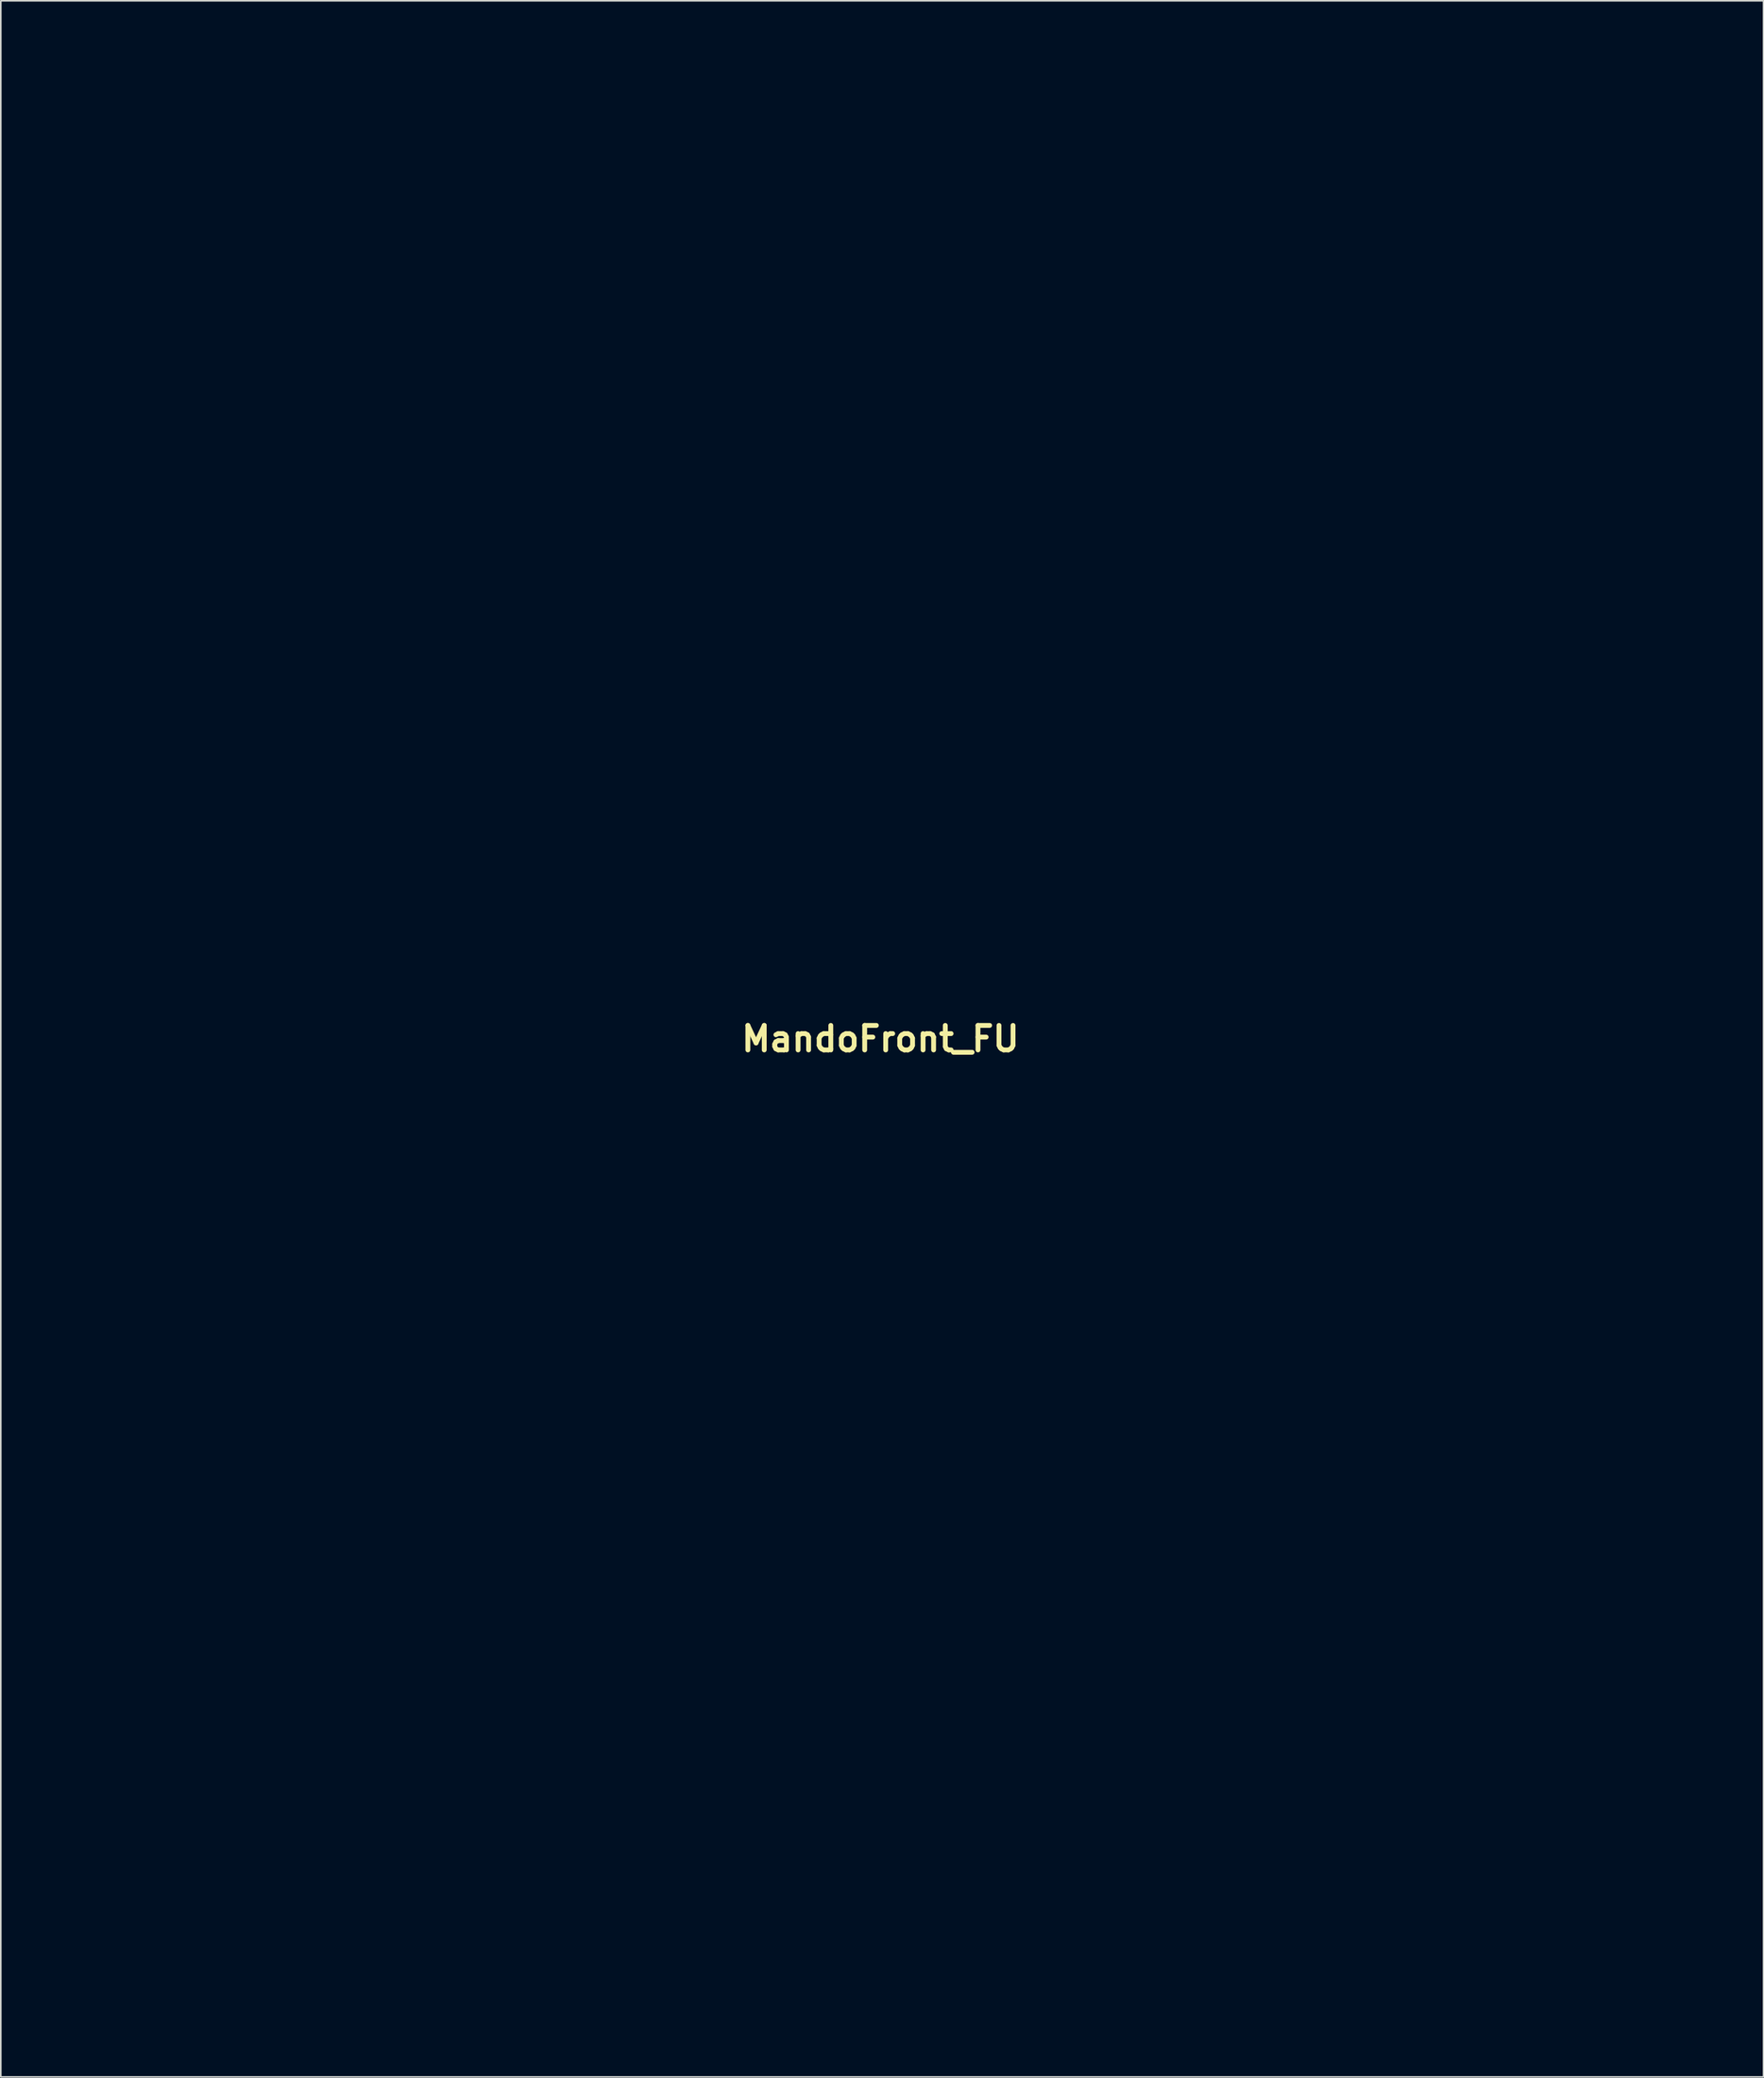
<source format=kicad_pcb>
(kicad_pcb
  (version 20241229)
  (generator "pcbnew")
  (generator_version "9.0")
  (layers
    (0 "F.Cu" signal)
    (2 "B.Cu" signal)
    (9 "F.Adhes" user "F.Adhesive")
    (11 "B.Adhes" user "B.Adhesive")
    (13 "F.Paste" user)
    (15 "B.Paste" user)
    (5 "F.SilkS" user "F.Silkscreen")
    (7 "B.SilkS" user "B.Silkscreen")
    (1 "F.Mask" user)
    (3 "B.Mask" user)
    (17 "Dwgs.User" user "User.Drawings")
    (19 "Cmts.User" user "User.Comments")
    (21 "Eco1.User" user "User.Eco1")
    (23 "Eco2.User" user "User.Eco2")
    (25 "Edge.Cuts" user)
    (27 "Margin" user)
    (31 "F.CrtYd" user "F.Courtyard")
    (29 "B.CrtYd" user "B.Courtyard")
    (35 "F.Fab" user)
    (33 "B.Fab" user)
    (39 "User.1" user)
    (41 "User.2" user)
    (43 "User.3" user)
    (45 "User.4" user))
  (footprint "MandoFront_FU"
    (layer "F.Cu")
    (at 51.654 61.472)
    (property "Reference" "MandoFront_FU" (at 0 0 0) (layer "F.SilkS") (effects (font (size 1.524 1.524) (thickness 0.3))))
    (attr board_only exclude_from_pos_files exclude_from_bom)
    (fp_poly (pts (xy -41.408 9.605) (xy -45.464 9.605) (xy -45.464 0.427) (xy -41.408 0.427)) (stroke (width 0) (type solid)) (fill yes) (layer "F.Mask"))
    (fp_poly (pts (xy 3.842 -19.85) (xy -1.708 -19.85) (xy -1.708 -59.551) (xy 3.842 -59.551)) (stroke (width 0) (type solid)) (fill yes) (layer "F.Mask"))
    (fp_poly (pts (xy 47.598 9.605) (xy 43.571 9.605) (xy 43.504 9.018) (xy 43.485 8.622) (xy 43.476 7.879) (xy 43.475 6.868) (xy 43.483 5.669) (xy 43.498 4.429) (xy 43.561 0.427) (xy 47.598 0.427)) (stroke (width 0) (type solid)) (fill yes) (layer "F.Mask"))
    (fp_poly (pts (xy -43.47 10.459) (xy -43.908 10.968) (xy -44.358 11.055) (xy -44.802 10.718) (xy -44.906 10.573) (xy -45.153 10.161) (xy -45.25 9.933) (xy -45.058 9.868) (xy -44.566 9.826) (xy -44.171 9.818) (xy -43.092 9.818)) (stroke (width 0) (type solid)) (fill yes) (layer "F.Mask"))
    (fp_poly (pts (xy -41.408 -0.854) (xy -44.793 -0.854) (xy -45.047 -2.076) (xy -45.202 -2.787) (xy -45.339 -3.345) (xy -45.405 -3.57) (xy -45.355 -3.701) (xy -45.047 -3.785) (xy -44.425 -3.829) (xy -43.459 -3.842) (xy -41.408 -3.842)) (stroke (width 0) (type solid)) (fill yes) (layer "F.Mask"))
    (fp_poly (pts (xy 46.578 -3.829) (xy 47.192 -3.784) (xy 47.494 -3.699) (xy 47.54 -3.57) (xy 47.441 -3.222) (xy 47.296 -2.608) (xy 47.181 -2.076) (xy 46.928 -0.854) (xy 43.543 -0.854) (xy 43.543 -3.842) (xy 45.593 -3.842)) (stroke (width 0) (type solid)) (fill yes) (layer "F.Mask"))
    (fp_poly (pts (xy -41.247 24.173) (xy -41.302 38.527) (xy -41.843 38.59) (xy -42.31 38.584) (xy -42.537 38.501) (xy -42.563 38.267) (xy -42.587 37.642) (xy -42.61 36.66) (xy -42.631 35.358) (xy -42.649 33.771) (xy -42.664 31.935) (xy -42.676 29.884) (xy -42.684 27.654) (xy -42.689 25.282) (xy -42.689 24.084) (xy -42.689 9.818) (xy -41.192 9.818)) (stroke (width 0) (type solid)) (fill yes) (layer "F.Mask"))
    (fp_poly (pts (xy 5.976 -58.817) (xy 7.791 -58.117) (xy 7.9 -18.498) (xy 6.376 -16.506) (xy 4.852 -14.514) (xy -2.736 -14.514) (xy -4.25 -16.503) (xy -5.765 -18.492) (xy -5.711 -38.322) (xy -5.656 -58.152) (xy -3.842 -58.829) (xy -2.028 -59.505) (xy -1.973 -39.571) (xy -1.919 -19.637) (xy 4.053 -19.637) (xy 4.108 -39.576) (xy 4.162 -59.516)) (stroke (width 0) (type solid)) (fill yes) (layer "F.Mask"))
    (fp_poly (pts (xy 44.772 24.173) (xy 44.717 38.527) (xy 44.175 38.59) (xy 43.709 38.584) (xy 43.482 38.501) (xy 43.456 38.267) (xy 43.431 37.642) (xy 43.408 36.66) (xy 43.388 35.358) (xy 43.37 33.771) (xy 43.355 31.935) (xy 43.343 29.884) (xy 43.334 27.654) (xy 43.33 25.282) (xy 43.329 24.084) (xy 43.329 9.818) (xy 44.827 9.818)) (stroke (width 0) (type solid)) (fill yes) (layer "F.Mask"))
    (fp_poly (pts (xy -42.182 -0.63) (xy -41.705 -0.583) (xy -41.478 -0.477) (xy -41.411 -0.286) (xy -41.408 -0.213) (xy -41.446 0.006) (xy -41.62 0.134) (xy -42.018 0.195) (xy -42.728 0.213) (xy -42.997 0.213) (xy -43.781 0.187) (xy -44.389 0.116) (xy -44.703 0.016) (xy -44.717 0) (xy -44.779 -0.304) (xy -44.501 -0.505) (xy -43.856 -0.613) (xy -42.997 -0.64)) (stroke (width 0) (type solid)) (fill yes) (layer "F.Mask"))
    (fp_poly (pts (xy 44.713 -0.613) (xy 45.197 -0.596) (xy 46.065 -0.545) (xy 46.58 -0.463) (xy 46.814 -0.332) (xy 46.851 -0.213) (xy 46.759 -0.042) (xy 46.435 0.07) (xy 45.804 0.139) (xy 45.197 0.169) (xy 44.365 0.193) (xy 43.871 0.172) (xy 43.629 0.087) (xy 43.549 -0.084) (xy 43.543 -0.213) (xy 43.572 -0.436) (xy 43.719 -0.563) (xy 44.07 -0.615)) (stroke (width 0) (type solid)) (fill yes) (layer "F.Mask"))
    (fp_poly (pts (xy -5.87 -18.14) (xy -5.184 -17.341) (xy -4.784 -16.847) (xy -4.533 -16.483) (xy -4.49 -16.382) (xy -4.697 -16.358) (xy -5.301 -16.335) (xy -6.27 -16.314) (xy -7.574 -16.294) (xy -9.183 -16.276) (xy -11.066 -16.26) (xy -13.192 -16.247) (xy -15.53 -16.236) (xy -18.051 -16.228) (xy -20.723 -16.223) (xy -23.08 -16.222) (xy -41.678 -16.222) (xy -41.551 -17.004) (xy -41.421 -17.568) (xy -41.265 -17.939) (xy -41.241 -17.969) (xy -41.004 -17.997) (xy -40.372 -18.024) (xy -39.377 -18.049) (xy -38.051 -18.071) (xy -36.426 -18.092) (xy -34.533 -18.109) (xy -32.405 -18.124) (xy -30.074 -18.135) (xy -27.571 -18.142) (xy -24.928 -18.146) (xy -23.463 -18.146)) (stroke (width 0) (type solid)) (fill yes) (layer "F.Mask"))
    (fp_poly (pts (xy 28.302 -18.149) (xy 30.884 -18.143) (xy 33.312 -18.133) (xy 35.553 -18.12) (xy 37.576 -18.103) (xy 39.349 -18.084) (xy 40.839 -18.062) (xy 42.016 -18.038) (xy 42.846 -18.012) (xy 43.299 -17.984) (xy 43.375 -17.969) (xy 43.528 -17.651) (xy 43.667 -17.106) (xy 43.685 -17.004) (xy 43.812 -16.222) (xy 25.214 -16.222) (xy 22.438 -16.224) (xy 19.787 -16.229) (xy 17.291 -16.237) (xy 14.983 -16.248) (xy 12.892 -16.262) (xy 11.049 -16.279) (xy 9.485 -16.297) (xy 8.23 -16.317) (xy 7.314 -16.339) (xy 6.769 -16.362) (xy 6.62 -16.382) (xy 6.75 -16.624) (xy 7.078 -17.062) (xy 7.314 -17.345) (xy 8.004 -18.149) (xy 25.598 -18.151)) (stroke (width 0) (type solid)) (fill yes) (layer "F.Mask"))
    (fp_poly (pts (xy 8.698 -57.412) (xy 9.175 -57.364) (xy 9.928 -57.24) (xy 10.818 -57.064) (xy 11.099 -57.002) (xy 13.737 -56.273) (xy 16.557 -55.236) (xy 19.486 -53.927) (xy 22.453 -52.383) (xy 25.385 -50.639) (xy 28.211 -48.732) (xy 29.418 -47.838) (xy 32.001 -45.6) (xy 34.326 -43.033) (xy 36.385 -40.15) (xy 38.173 -36.967) (xy 39.68 -33.498) (xy 40.901 -29.759) (xy 41.828 -25.764) (xy 42.454 -21.529) (xy 42.578 -20.259) (xy 42.719 -18.639) (xy 35.82 -18.498) (xy 34.102 -18.468) (xy 32.043 -18.44) (xy 29.73 -18.415) (xy 27.249 -18.393) (xy 24.688 -18.376) (xy 22.131 -18.364) (xy 19.667 -18.358) (xy 18.516 -18.357) (xy 8.111 -18.356) (xy 8.111 -57.417)) (stroke (width 0) (type solid)) (fill yes) (layer "F.Mask"))
    (fp_poly (pts (xy 44.77 -18.952) (xy 46.638 -18.89) (xy 47.065 -18.036) (xy 47.187 -17.765) (xy 47.285 -17.459) (xy 47.361 -17.069) (xy 47.419 -16.542) (xy 47.463 -15.829) (xy 47.497 -14.877) (xy 47.523 -13.636) (xy 47.544 -12.054) (xy 47.559 -10.726) (xy 47.626 -4.269) (xy 43.329 -4.269) (xy 43.329 -10.021) (xy 43.332 -11.754) (xy 43.341 -13.109) (xy 43.359 -14.133) (xy 43.389 -14.874) (xy 43.435 -15.381) (xy 43.498 -15.701) (xy 43.582 -15.883) (xy 43.681 -15.971) (xy 43.903 -16.312) (xy 43.945 -16.882) (xy 43.831 -17.532) (xy 43.58 -18.111) (xy 43.343 -18.388) (xy 43.015 -18.699) (xy 42.903 -18.879) (xy 43.1 -18.932) (xy 43.627 -18.961) (xy 44.387 -18.961)) (stroke (width 0) (type solid)) (fill yes) (layer "F.Mask"))
    (fp_poly (pts (xy -5.976 -18.356) (xy -18.516 -18.405) (xy -20.972 -18.416) (xy -23.442 -18.428) (xy -25.868 -18.441) (xy -28.191 -18.454) (xy -30.354 -18.469) (xy -32.296 -18.483) (xy -33.96 -18.497) (xy -35.285 -18.51) (xy -35.823 -18.516) (xy -40.59 -18.578) (xy -40.449 -20.228) (xy -39.908 -24.58) (xy -39.053 -28.706) (xy -37.891 -32.586) (xy -36.428 -36.199) (xy -34.672 -39.524) (xy -33.786 -40.923) (xy -31.898 -43.396) (xy -29.607 -45.784) (xy -26.929 -48.075) (xy -23.882 -50.254) (xy -20.484 -52.307) (xy -17.929 -53.649) (xy -16.101 -54.507) (xy -14.22 -55.297) (xy -12.358 -55.996) (xy -10.585 -56.58) (xy -8.972 -57.028) (xy -7.589 -57.314) (xy -6.508 -57.417) (xy -6.496 -57.417) (xy -5.976 -57.417)) (stroke (width 0) (type solid)) (fill yes) (layer "F.Mask"))
    (fp_poly (pts (xy -41.017 -18.91) (xy -40.77 -18.805) (xy -40.768 -18.792) (xy -40.922 -18.578) (xy -40.976 -18.57) (xy -41.237 -18.384) (xy -41.511 -17.922) (xy -41.732 -17.327) (xy -41.834 -16.742) (xy -41.835 -16.682) (xy -41.734 -16.174) (xy -41.515 -15.931) (xy -41.418 -15.843) (xy -41.342 -15.629) (xy -41.286 -15.245) (xy -41.245 -14.645) (xy -41.218 -13.782) (xy -41.203 -12.61) (xy -41.196 -11.083) (xy -41.195 -10.039) (xy -41.195 -4.269) (xy -45.492 -4.269) (xy -45.425 -10.726) (xy -45.403 -12.574) (xy -45.381 -14.047) (xy -45.353 -15.194) (xy -45.317 -16.068) (xy -45.269 -16.72) (xy -45.205 -17.2) (xy -45.123 -17.559) (xy -45.018 -17.848) (xy -44.93 -18.036) (xy -44.503 -18.89) (xy -42.636 -18.952) (xy -41.65 -18.96)) (stroke (width 0) (type solid)) (fill yes) (layer "F.Mask"))
    (fp_poly (pts (xy -40.801 0.012) (xy -40.545 0.57) (xy -40.152 1.442) (xy -39.638 2.586) (xy -39.022 3.965) (xy -38.32 5.54) (xy -37.551 7.271) (xy -36.829 8.898) (xy -32.837 17.902) (xy -33.701 31.072) (xy -33.855 33.399) (xy -34.002 35.598) (xy -34.14 37.631) (xy -34.267 39.462) (xy -34.379 41.054) (xy -34.474 42.371) (xy -34.55 43.376) (xy -34.604 44.034) (xy -34.633 44.306) (xy -34.635 44.312) (xy -34.825 44.219) (xy -35.307 43.92) (xy -36.025 43.451) (xy -36.923 42.849) (xy -37.844 42.22) (xy -40.982 40.058) (xy -40.982 19.887) (xy -40.981 16.995) (xy -40.978 14.228) (xy -40.974 11.617) (xy -40.969 9.191) (xy -40.963 6.978) (xy -40.955 5.007) (xy -40.946 3.309) (xy -40.937 1.912) (xy -40.927 0.845) (xy -40.916 0.138) (xy -40.904 -0.18) (xy -40.901 -0.196)) (stroke (width 0) (type solid)) (fill yes) (layer "F.Mask"))
    (fp_poly (pts (xy -42.903 23.557) (xy -42.903 25.902) (xy -42.906 28.117) (xy -42.91 30.164) (xy -42.915 32.008) (xy -42.921 33.613) (xy -42.929 34.943) (xy -42.937 35.961) (xy -42.946 36.631) (xy -42.956 36.918) (xy -42.958 36.926) (xy -43.027 36.734) (xy -43.161 36.224) (xy -43.334 35.495) (xy -43.385 35.272) (xy -43.469 34.859) (xy -43.539 34.404) (xy -43.597 33.867) (xy -43.644 33.209) (xy -43.681 32.391) (xy -43.709 31.374) (xy -43.73 30.118) (xy -43.743 28.585) (xy -43.752 26.734) (xy -43.756 24.529) (xy -43.756 22.445) (xy -43.756 19.975) (xy -43.754 17.896) (xy -43.748 16.172) (xy -43.738 14.768) (xy -43.723 13.647) (xy -43.7 12.775) (xy -43.67 12.115) (xy -43.629 11.632) (xy -43.578 11.29) (xy -43.514 11.053) (xy -43.437 10.885) (xy -43.345 10.75) (xy -43.329 10.731) (xy -42.903 10.188)) (stroke (width 0) (type solid)) (fill yes) (layer "F.Mask"))
    (fp_poly (pts (xy 43.043 -0.00007) (xy 43.055 0.593) (xy 43.066 1.555) (xy 43.076 2.856) (xy 43.085 4.467) (xy 43.094 6.358) (xy 43.101 8.502) (xy 43.107 10.867) (xy 43.111 13.426) (xy 43.114 16.148) (xy 43.116 19.005) (xy 43.116 19.883) (xy 43.116 40.051) (xy 40.514 41.851) (xy 39.544 42.52) (xy 38.655 43.132) (xy 37.927 43.63) (xy 37.44 43.96) (xy 37.338 44.028) (xy 36.763 44.406) (xy 36.634 43.067) (xy 36.596 42.605) (xy 36.534 41.76) (xy 36.451 40.577) (xy 36.35 39.1) (xy 36.233 37.373) (xy 36.105 35.439) (xy 35.967 33.344) (xy 35.823 31.13) (xy 35.736 29.776) (xy 34.968 17.823) (xy 38.957 8.858) (xy 39.773 7.026) (xy 40.536 5.316) (xy 41.23 3.767) (xy 41.836 2.418) (xy 42.337 1.309) (xy 42.715 0.477) (xy 42.952 -0.037) (xy 43.031 -0.196)) (stroke (width 0) (type solid)) (fill yes) (layer "F.Mask"))
    (fp_poly (pts (xy 35.57 31.27) (xy 35.723 33.604) (xy 35.864 35.812) (xy 35.991 37.855) (xy 36.1 39.697) (xy 36.19 41.302) (xy 36.259 42.633) (xy 36.305 43.653) (xy 36.326 44.327) (xy 36.32 44.616) (xy 36.317 44.624) (xy 36.07 44.763) (xy 35.534 45.025) (xy 34.812 45.36) (xy 34.578 45.466) (xy 32.315 46.593) (xy 29.832 48.031) (xy 27.17 49.753) (xy 24.368 51.732) (xy 21.469 53.939) (xy 18.831 56.081) (xy 17.938 56.822) (xy 17.162 57.456) (xy 16.563 57.936) (xy 16.195 58.217) (xy 16.109 58.271) (xy 16.062 58.074) (xy 16.028 57.554) (xy 16.013 56.812) (xy 16.012 56.616) (xy 16.035 55.341) (xy 16.095 53.75) (xy 16.184 51.95) (xy 16.296 50.05) (xy 16.424 48.158) (xy 16.563 46.382) (xy 16.706 44.832) (xy 16.752 44.386) (xy 17.318 40.081) (xy 18.031 36.175) (xy 18.893 32.668) (xy 19.902 29.559) (xy 21.06 26.846) (xy 22.368 24.528) (xy 23.825 22.604) (xy 25.432 21.074) (xy 25.524 21.002) (xy 27.492 19.723) (xy 29.627 18.791) (xy 31.85 18.236) (xy 33.297 18.091) (xy 34.685 18.036)) (stroke (width 0) (type solid)) (fill yes) (layer "F.Mask"))
    (fp_poly (pts (xy 46.942 9.839) (xy 47.319 9.893) (xy 47.385 9.933) (xy 47.247 10.282) (xy 46.928 10.7) (xy 46.571 11.021) (xy 46.381 11.099) (xy 46.025 10.947) (xy 45.665 10.619) (xy 45.386 10.354) (xy 45.258 10.37) (xy 45.258 10.379) (xy 45.399 10.705) (xy 45.571 10.886) (xy 45.642 10.99) (xy 45.702 11.195) (xy 45.752 11.536) (xy 45.792 12.045) (xy 45.824 12.756) (xy 45.848 13.703) (xy 45.865 14.918) (xy 45.876 16.435) (xy 45.882 18.288) (xy 45.885 20.51) (xy 45.884 22.385) (xy 45.882 24.895) (xy 45.876 27.019) (xy 45.867 28.794) (xy 45.853 30.261) (xy 45.832 31.459) (xy 45.804 32.427) (xy 45.767 33.205) (xy 45.719 33.833) (xy 45.661 34.349) (xy 45.589 34.794) (xy 45.504 35.206) (xy 45.477 35.325) (xy 45.076 37.033) (xy 45.056 23.763) (xy 45.055 21.415) (xy 45.058 19.189) (xy 45.064 17.122) (xy 45.074 15.252) (xy 45.087 13.617) (xy 45.102 12.253) (xy 45.121 11.199) (xy 45.141 10.491) (xy 45.163 10.168) (xy 45.167 10.156) (xy 45.404 9.931) (xy 45.944 9.83) (xy 46.34 9.818)) (stroke (width 0) (type solid)) (fill yes) (layer "F.Mask"))
    (fp_poly (pts (xy -31.342 18) (xy -31.019 18.032) (xy -28.485 18.498) (xy -26.174 19.329) (xy -24.088 20.521) (xy -22.231 22.072) (xy -20.606 23.98) (xy -19.218 26.242) (xy -19.11 26.453) (xy -17.964 29.051) (xy -16.954 32.041) (xy -16.083 35.409) (xy -15.354 39.14) (xy -14.77 43.22) (xy -14.333 47.635) (xy -14.095 51.334) (xy -13.997 53.375) (xy -13.93 55.019) (xy -13.894 56.293) (xy -13.888 57.225) (xy -13.912 57.844) (xy -13.965 58.177) (xy -14.034 58.256) (xy -14.251 58.118) (xy -14.714 57.755) (xy -15.348 57.227) (xy -15.902 56.75) (xy -18.028 54.966) (xy -20.324 53.169) (xy -22.713 51.413) (xy -25.119 49.752) (xy -27.463 48.239) (xy -29.668 46.926) (xy -31.658 45.868) (xy -31.703 45.846) (xy -34.393 44.528) (xy -34.275 43.555) (xy -34.239 43.164) (xy -34.18 42.388) (xy -34.1 41.271) (xy -34.002 39.854) (xy -33.889 38.18) (xy -33.764 36.29) (xy -33.629 34.226) (xy -33.488 32.031) (xy -33.392 30.523) (xy -33.25 28.289) (xy -33.112 26.18) (xy -32.983 24.234) (xy -32.865 22.49) (xy -32.76 20.987) (xy -32.671 19.765) (xy -32.601 18.862) (xy -32.553 18.319) (xy -32.534 18.172) (xy -32.385 18.019) (xy -32.016 17.964)) (stroke (width 0) (type solid)) (fill yes) (layer "F.Mask"))
    (fp_poly (pts (xy 42.825 -0.789) (xy 42.761 -0.58) (xy 42.539 -0.02) (xy 42.176 0.853) (xy 41.687 1.999) (xy 41.09 3.382) (xy 40.401 4.961) (xy 39.637 6.699) (xy 38.833 8.513) (xy 34.742 17.716) (xy 33.753 17.72) (xy 32.025 17.89) (xy 30.134 18.373) (xy 28.179 19.14) (xy 27.748 19.345) (xy 25.876 20.457) (xy 24.202 21.862) (xy 22.708 23.581) (xy 21.38 25.638) (xy 20.201 28.054) (xy 19.158 30.85) (xy 18.785 32.044) (xy 18.143 34.489) (xy 17.557 37.277) (xy 17.037 40.327) (xy 16.595 43.557) (xy 16.24 46.885) (xy 15.982 50.23) (xy 15.831 53.511) (xy 15.795 55.936) (xy 15.795 58.624) (xy 14.436 58.874) (xy 13.703 59.004) (xy 13.134 59.094) (xy 12.871 59.124) (xy 12.801 58.921) (xy 12.801 58.339) (xy 12.872 57.42) (xy 12.947 56.723) (xy 13.598 51.813) (xy 14.396 46.872) (xy 15.324 41.985) (xy 16.364 37.234) (xy 17.499 32.701) (xy 18.711 28.47) (xy 19.313 26.574) (xy 20.598 22.905) (xy 21.918 19.62) (xy 23.303 16.674) (xy 24.783 14.025) (xy 26.387 11.629) (xy 28.145 9.443) (xy 30.087 7.422) (xy 32.242 5.525) (xy 34.639 3.706) (xy 35.103 3.381) (xy 35.873 2.875) (xy 36.815 2.297) (xy 37.866 1.683) (xy 38.959 1.068) (xy 40.03 0.487) (xy 41.013 -0.026) (xy 41.845 -0.434) (xy 42.459 -0.704) (xy 42.791 -0.799)) (stroke (width 0) (type solid)) (fill yes) (layer "F.Mask"))
    (fp_poly (pts (xy -40.468 -0.736) (xy -39.93 -0.514) (xy -39.156 -0.145) (xy -38.212 0.337) (xy -37.164 0.896) (xy -36.077 1.499) (xy -35.018 2.108) (xy -34.052 2.69) (xy -33.297 3.174) (xy -30.87 4.917) (xy -28.662 6.765) (xy -26.65 8.753) (xy -24.814 10.916) (xy -23.13 13.289) (xy -21.577 15.906) (xy -20.134 18.801) (xy -18.778 22.01) (xy -17.486 25.566) (xy -16.238 29.506) (xy -15.909 30.629) (xy -14.991 34.03) (xy -14.098 37.763) (xy -13.249 41.734) (xy -12.462 45.85) (xy -11.754 50.016) (xy -11.145 54.139) (xy -10.713 57.577) (xy -10.627 58.348) (xy -10.629 58.824) (xy -10.793 59.055) (xy -11.188 59.09) (xy -11.888 58.979) (xy -12.54 58.853) (xy -13.661 58.637) (xy -13.661 56.373) (xy -13.691 54.475) (xy -13.774 52.289) (xy -13.903 49.948) (xy -14.069 47.586) (xy -14.263 45.336) (xy -14.476 43.332) (xy -14.529 42.903) (xy -15.143 38.793) (xy -15.885 35.085) (xy -16.757 31.77) (xy -17.763 28.843) (xy -18.904 26.295) (xy -20.184 24.12) (xy -21.605 22.311) (xy -22.476 21.443) (xy -23.961 20.303) (xy -25.692 19.316) (xy -27.552 18.526) (xy -29.428 17.983) (xy -31.203 17.731) (xy -31.604 17.72) (xy -32.22 17.688) (xy -32.577 17.535) (xy -32.839 17.161) (xy -32.96 16.916) (xy -33.284 16.223) (xy -33.724 15.257) (xy -34.26 14.065) (xy -34.872 12.693) (xy -35.539 11.189) (xy -36.24 9.6) (xy -36.956 7.973) (xy -37.664 6.355) (xy -38.345 4.793) (xy -38.979 3.333) (xy -39.543 2.024) (xy -40.019 0.912) (xy -40.385 0.044) (xy -40.62 -0.533) (xy -40.705 -0.772) (xy -40.704 -0.775)) (stroke (width 0) (type solid)) (fill yes) (layer "F.Mask"))
    (fp_poly (pts (xy 39.487 -8.344) (xy 38.687 -8.12) (xy 38.135 -7.973) (xy 37.233 -7.743) (xy 36.047 -7.445) (xy 34.641 -7.096) (xy 33.082 -6.711) (xy 31.435 -6.307) (xy 29.764 -5.9) (xy 28.136 -5.506) (xy 26.616 -5.14) (xy 25.269 -4.82) (xy 24.76 -4.7) (xy 21.676 -3.991) (xy 18.726 -3.339) (xy 15.975 -2.759) (xy 13.49 -2.265) (xy 11.339 -1.87) (xy 11.029 -1.817) (xy 9.954 -1.628) (xy 9.035 -1.452) (xy 8.351 -1.305) (xy 7.982 -1.204) (xy 7.943 -1.184) (xy 7.921 -1.136) (xy 7.899 -1.023) (xy 7.877 -0.825) (xy 7.855 -0.522) (xy 7.831 -0.095) (xy 7.806 0.478) (xy 7.778 1.216) (xy 7.747 2.139) (xy 7.713 3.267) (xy 7.675 4.62) (xy 7.632 6.219) (xy 7.584 8.083) (xy 7.53 10.232) (xy 7.47 12.688) (xy 7.403 15.469) (xy 7.329 18.595) (xy 7.247 22.088) (xy 7.156 25.966) (xy 7.056 30.25) (xy 7.052 30.416) (xy 6.986 33.27) (xy 6.921 36.032) (xy 6.859 38.668) (xy 6.801 41.145) (xy 6.747 43.428) (xy 6.698 45.483) (xy 6.655 47.277) (xy 6.619 48.775) (xy 6.59 49.943) (xy 6.57 50.747) (xy 6.56 51.12) (xy 6.51 52.828) (xy 1.044 52.885) (xy -4.422 52.942) (xy -4.451 51.177) (xy -4.473 49.955) (xy -4.503 48.414) (xy -4.541 46.588) (xy -4.586 44.509) (xy -4.636 42.21) (xy -4.692 39.723) (xy -4.752 37.082) (xy -4.816 34.319) (xy -4.883 31.467) (xy -4.951 28.558) (xy -5.021 25.626) (xy -5.092 22.703) (xy -5.162 19.821) (xy -5.23 17.014) (xy -5.297 14.314) (xy -5.362 11.754) (xy -5.422 9.367) (xy -5.479 7.185) (xy -5.53 5.242) (xy -5.576 3.569) (xy -5.615 2.2) (xy -5.646 1.167) (xy -5.669 0.504) (xy -5.681 0.266) (xy -5.757 -0.545) (xy -5.853 -1.024) (xy -6.002 -1.267) (xy -6.239 -1.368) (xy -6.262 -1.373) (xy -6.626 -1.44) (xy -7.326 -1.564) (xy -8.277 -1.732) (xy -9.394 -1.927) (xy -10.032 -2.038) (xy -11.464 -2.303) (xy -13.245 -2.66) (xy -15.314 -3.094) (xy -17.605 -3.59) (xy -20.055 -4.135) (xy -22.602 -4.712) (xy -25.18 -5.309) (xy -27.728 -5.91) (xy -30.181 -6.5) (xy -32.476 -7.066) (xy -34.549 -7.592) (xy -36.336 -8.064) (xy -36.446 -8.094) (xy -37.353 -8.341) (xy -37.353 -11.099) (xy 39.487 -11.099)) (stroke (width 0) (type solid)) (fill yes) (layer "F.Mask"))
    (fp_poly (pts (xy 40.735 -11.075) (xy 40.895 -10.937) (xy 40.965 -10.589) (xy 40.981 -9.934) (xy 40.982 -9.719) (xy 40.982 -8.338) (xy 39.221 -7.806) (xy 36.62 -7.036) (xy 33.949 -6.273) (xy 31.241 -5.525) (xy 28.534 -4.802) (xy 25.861 -4.11) (xy 23.26 -3.459) (xy 20.765 -2.856) (xy 18.412 -2.311) (xy 16.237 -1.831) (xy 14.275 -1.425) (xy 12.563 -1.101) (xy 11.135 -0.868) (xy 10.027 -0.733) (xy 9.275 -0.706) (xy 9.039 -0.736) (xy 8.686 -0.795) (xy 8.673 -0.645) (xy 8.791 -0.443) (xy 8.831 -0.299) (xy 8.862 0.003) (xy 8.883 0.484) (xy 8.894 1.163) (xy 8.894 2.062) (xy 8.883 3.202) (xy 8.861 4.604) (xy 8.827 6.287) (xy 8.781 8.273) (xy 8.722 10.582) (xy 8.651 13.235) (xy 8.566 16.253) (xy 8.467 19.657) (xy 8.356 23.415) (xy 8.23 27.63) (xy 8.117 31.439) (xy 8.014 34.863) (xy 7.922 37.921) (xy 7.84 40.635) (xy 7.766 43.025) (xy 7.7 45.112) (xy 7.642 46.915) (xy 7.589 48.457) (xy 7.543 49.757) (xy 7.501 50.836) (xy 7.463 51.714) (xy 7.428 52.412) (xy 7.396 52.951) (xy 7.365 53.351) (xy 7.335 53.633) (xy 7.305 53.816) (xy 7.274 53.923) (xy 7.242 53.973) (xy 7.207 53.987) (xy 7.17 53.985) (xy 6.759 53.893) (xy 6.67 53.86) (xy 6.44 53.606) (xy 6.434 53.271) (xy 6.585 53.112) (xy 6.614 52.894) (xy 6.651 52.276) (xy 6.696 51.285) (xy 6.747 49.948) (xy 6.805 48.292) (xy 6.868 46.344) (xy 6.935 44.132) (xy 7.005 41.681) (xy 7.078 39.02) (xy 7.153 36.174) (xy 7.229 33.172) (xy 7.305 30.039) (xy 7.331 28.922) (xy 7.408 25.686) (xy 7.483 22.528) (xy 7.557 19.479) (xy 7.629 16.57) (xy 7.697 13.832) (xy 7.762 11.296) (xy 7.821 8.994) (xy 7.876 6.957) (xy 7.923 5.216) (xy 7.964 3.802) (xy 7.997 2.746) (xy 8.021 2.08) (xy 8.024 1.999) (xy 8.081 0.853) (xy 8.139 0.06) (xy 8.212 -0.453) (xy 8.313 -0.758) (xy 8.458 -0.928) (xy 8.612 -1.015) (xy 8.966 -1.121) (xy 9.663 -1.283) (xy 10.624 -1.486) (xy 11.77 -1.711) (xy 12.807 -1.904) (xy 14.144 -2.158) (xy 15.731 -2.478) (xy 17.526 -2.854) (xy 19.482 -3.275) (xy 21.556 -3.732) (xy 23.704 -4.213) (xy 25.882 -4.709) (xy 28.045 -5.21) (xy 30.149 -5.704) (xy 32.15 -6.182) (xy 34.004 -6.634) (xy 35.666 -7.048) (xy 37.093 -7.415) (xy 38.239 -7.725) (xy 39.062 -7.966) (xy 39.516 -8.129) (xy 39.541 -8.142) (xy 39.754 -8.347) (xy 39.87 -8.745) (xy 39.912 -9.436) (xy 39.914 -9.719) (xy 39.924 -10.463) (xy 39.977 -10.876) (xy 40.112 -11.055) (xy 40.365 -11.098) (xy 40.448 -11.099)) (stroke (width 0) (type solid)) (fill yes) (layer "F.Mask"))
    (fp_poly (pts (xy -38.026 -11.075) (xy -37.866 -10.937) (xy -37.797 -10.588) (xy -37.78 -9.933) (xy -37.78 -9.719) (xy -37.755 -8.919) (xy -37.664 -8.442) (xy -37.482 -8.189) (xy -37.406 -8.141) (xy -37.005 -7.992) (xy -36.231 -7.763) (xy -35.128 -7.463) (xy -33.738 -7.105) (xy -32.108 -6.697) (xy -30.279 -6.25) (xy -28.296 -5.774) (xy -26.203 -5.28) (xy -24.044 -4.778) (xy -21.863 -4.278) (xy -19.703 -3.791) (xy -17.609 -3.326) (xy -15.624 -2.894) (xy -13.792 -2.506) (xy -12.158 -2.171) (xy -10.886 -1.924) (xy -9.438 -1.65) (xy -8.353 -1.444) (xy -7.572 -1.291) (xy -7.038 -1.179) (xy -6.694 -1.095) (xy -6.483 -1.027) (xy -6.346 -0.961) (xy -6.242 -0.896) (xy -6.2 -0.849) (xy -6.16 -0.755) (xy -6.122 -0.593) (xy -6.086 -0.345) (xy -6.05 0.01) (xy -6.014 0.49) (xy -5.978 1.116) (xy -5.94 1.906) (xy -5.901 2.88) (xy -5.859 4.058) (xy -5.814 5.458) (xy -5.765 7.1) (xy -5.711 9.004) (xy -5.653 11.189) (xy -5.589 13.674) (xy -5.518 16.48) (xy -5.441 19.624) (xy -5.356 23.127) (xy -5.262 27.009) (xy -5.16 31.287) (xy -5.104 33.618) (xy -5.034 36.458) (xy -4.964 39.176) (xy -4.893 41.739) (xy -4.824 44.119) (xy -4.757 46.286) (xy -4.693 48.208) (xy -4.634 49.857) (xy -4.579 51.201) (xy -4.531 52.212) (xy -4.49 52.858) (xy -4.457 53.11) (xy -4.455 53.112) (xy -4.291 53.332) (xy -4.298 53.639) (xy -4.465 53.788) (xy -4.823 53.859) (xy -4.999 53.918) (xy -5.174 53.928) (xy -5.278 53.74) (xy -5.331 53.277) (xy -5.35 52.477) (xy -5.358 52.063) (xy -5.379 51.251) (xy -5.411 50.069) (xy -5.455 48.545) (xy -5.508 46.707) (xy -5.57 44.584) (xy -5.64 42.204) (xy -5.718 39.595) (xy -5.802 36.785) (xy -5.892 33.803) (xy -5.987 30.678) (xy -6.086 27.436) (xy -6.151 25.339) (xy -6.269 21.468) (xy -6.374 18.002) (xy -6.466 14.917) (xy -6.546 12.193) (xy -6.613 9.806) (xy -6.668 7.735) (xy -6.711 5.958) (xy -6.744 4.451) (xy -6.766 3.193) (xy -6.777 2.162) (xy -6.779 1.335) (xy -6.771 0.691) (xy -6.754 0.206) (xy -6.728 -0.141) (xy -6.694 -0.372) (xy -6.652 -0.51) (xy -6.617 -0.564) (xy -6.425 -0.798) (xy -6.569 -0.814) (xy -6.785 -0.753) (xy -7.314 -0.711) (xy -8.22 -0.778) (xy -9.47 -0.947) (xy -11.031 -1.212) (xy -12.87 -1.566) (xy -14.951 -2.002) (xy -17.243 -2.515) (xy -19.711 -3.098) (xy -22.323 -3.743) (xy -23.159 -3.955) (xy -24.656 -4.344) (xy -26.339 -4.791) (xy -28.137 -5.276) (xy -29.98 -5.779) (xy -31.799 -6.282) (xy -33.523 -6.765) (xy -35.082 -7.209) (xy -36.407 -7.594) (xy -37.427 -7.901) (xy -37.833 -8.029) (xy -38.847 -8.359) (xy -38.847 -9.729) (xy -38.837 -10.469) (xy -38.783 -10.879) (xy -38.647 -11.057) (xy -38.391 -11.099) (xy -38.313 -11.099)) (stroke (width 0) (type solid)) (fill yes) (layer "F.Mask"))
    (fp_poly (pts (xy 43.116 -1.308) (xy 41.082 -0.344) (xy 37.573 1.514) (xy 34.307 3.641) (xy 31.318 6.008) (xy 28.635 8.587) (xy 26.291 11.349) (xy 24.317 14.268) (xy 23.86 15.064) (xy 22.504 17.737) (xy 21.177 20.79) (xy 19.891 24.176) (xy 18.659 27.846) (xy 17.494 31.754) (xy 16.409 35.853) (xy 15.416 40.095) (xy 14.529 44.434) (xy 13.759 48.822) (xy 13.12 53.211) (xy 12.783 56.029) (xy 12.666 57.007) (xy 12.548 57.841) (xy 12.445 58.43) (xy 12.382 58.661) (xy 12.194 58.649) (xy 11.765 58.331) (xy 11.087 57.7) (xy 10.149 56.748) (xy 9.937 56.526) (xy 7.635 54.108) (xy 7.768 51.013) (xy 7.793 50.368) (xy 7.829 49.329) (xy 7.874 47.931) (xy 7.929 46.206) (xy 7.992 44.188) (xy 8.062 41.91) (xy 8.138 39.407) (xy 8.219 36.711) (xy 8.304 33.856) (xy 8.392 30.875) (xy 8.481 27.803) (xy 8.542 25.72) (xy 8.631 22.634) (xy 8.72 19.637) (xy 8.806 16.762) (xy 8.888 14.039) (xy 8.967 11.501) (xy 9.04 9.178) (xy 9.106 7.101) (xy 9.165 5.303) (xy 9.216 3.815) (xy 9.258 2.667) (xy 9.289 1.892) (xy 9.305 1.577) (xy 9.427 -0.367) (xy 11.277 -0.622) (xy 12.815 -0.869) (xy 14.709 -1.231) (xy 16.906 -1.694) (xy 19.353 -2.246) (xy 22 -2.874) (xy 24.793 -3.565) (xy 27.68 -4.305) (xy 30.61 -5.083) (xy 33.53 -5.886) (xy 36.388 -6.699) (xy 39.132 -7.511) (xy 39.434 -7.602) (xy 41.195 -8.137) (xy 41.195 -11.313) (xy -39.061 -11.313) (xy -39.061 -8.137) (xy -37.3 -7.602) (xy -34.573 -6.792) (xy -31.726 -5.978) (xy -28.811 -5.174) (xy -25.88 -4.393) (xy -22.986 -3.647) (xy -20.18 -2.95) (xy -17.514 -2.314) (xy -15.042 -1.753) (xy -12.814 -1.279) (xy -10.883 -0.905) (xy -9.302 -0.645) (xy -9.144 -0.622) (xy -7.296 -0.368) (xy -7.167 2.004) (xy -7.143 2.549) (xy -7.108 3.488) (xy -7.063 4.788) (xy -7.009 6.419) (xy -6.947 8.346) (xy -6.878 10.537) (xy -6.802 12.961) (xy -6.722 15.585) (xy -6.638 18.376) (xy -6.551 21.302) (xy -6.462 24.33) (xy -6.406 26.254) (xy -6.317 29.345) (xy -6.228 32.365) (xy -6.142 35.281) (xy -6.059 38.057) (xy -5.98 40.662) (xy -5.906 43.061) (xy -5.839 45.222) (xy -5.78 47.109) (xy -5.729 48.69) (xy -5.687 49.931) (xy -5.656 50.799) (xy -5.643 51.12) (xy -5.513 54.108) (xy -7.857 56.563) (xy -8.736 57.478) (xy -9.368 58.115) (xy -9.795 58.509) (xy -10.063 58.693) (xy -10.215 58.702) (xy -10.295 58.571) (xy -10.317 58.484) (xy -10.392 58.04) (xy -10.496 57.299) (xy -10.612 56.388) (xy -10.667 55.923) (xy -11.212 51.741) (xy -11.888 47.473) (xy -12.679 43.187) (xy -13.57 38.948) (xy -14.544 34.826) (xy -15.588 30.887) (xy -16.683 27.2) (xy -17.817 23.83) (xy -18.51 21.985) (xy -19.132 20.482) (xy -19.858 18.859) (xy -20.636 17.22) (xy -21.417 15.67) (xy -22.147 14.314) (xy -22.76 13.283) (xy -24.783 10.495) (xy -27.186 7.847) (xy -29.939 5.366) (xy -33.011 3.078) (xy -36.369 1.009) (xy -38.58 -0.151) (xy -40.982 -1.332) (xy -40.982 -16.008) (xy -22.572 -16.003) (xy -4.162 -15.998) (xy -3.534 -15.15) (xy -2.906 -14.301) (xy 5.065 -14.301) (xy 5.656 -15.155) (xy 6.248 -16.008) (xy 43.116 -16.008)) (stroke (width 0) (type solid)) (fill yes) (layer "F.Mask"))
    (fp_poly (pts (xy 51.867 61.472) (xy -51.654 61.472) (xy -51.654 5.073) (xy -45.677 5.073) (xy -45.676 6.634) (xy -45.669 7.828) (xy -45.651 8.716) (xy -45.615 9.357) (xy -45.556 9.812) (xy -45.468 10.14) (xy -45.346 10.403) (xy -45.183 10.66) (xy -45.136 10.729) (xy -44.744 11.212) (xy -44.389 11.495) (xy -44.282 11.526) (xy -44.212 11.571) (xy -44.154 11.727) (xy -44.105 12.026) (xy -44.065 12.502) (xy -44.034 13.185) (xy -44.01 14.11) (xy -43.993 15.308) (xy -43.981 16.812) (xy -43.974 18.653) (xy -43.97 20.865) (xy -43.97 22.759) (xy -43.97 33.992) (xy -42.826 38.847) (xy -42.043 38.847) (xy -41.525 38.879) (xy -41.301 39.048) (xy -41.243 39.464) (xy -41.241 39.52) (xy -41.174 40.028) (xy -41.039 40.318) (xy -41.036 40.32) (xy -40.808 40.477) (xy -40.287 40.834) (xy -39.531 41.353) (xy -38.599 41.992) (xy -37.554 42.709) (xy -36.433 43.461) (xy -35.355 44.152) (xy -34.398 44.735) (xy -33.642 45.161) (xy -33.207 45.367) (xy -31.896 45.944) (xy -30.321 46.777) (xy -28.532 47.83) (xy -26.579 49.07) (xy -24.512 50.463) (xy -22.382 51.975) (xy -20.239 53.572) (xy -18.132 55.22) (xy -16.112 56.885) (xy -15.637 57.29) (xy -14.811 57.984) (xy -14.181 58.453) (xy -13.63 58.762) (xy -13.042 58.977) (xy -12.328 59.157) (xy -11.543 59.331) (xy -10.911 59.464) (xy -10.556 59.529) (xy -10.539 59.531) (xy -10.32 59.389) (xy -9.866 58.983) (xy -9.228 58.364) (xy -8.46 57.583) (xy -7.809 56.898) (xy -6.752 55.795) (xy -5.929 54.992) (xy -5.308 54.46) (xy -4.854 54.169) (xy -4.662 54.101) (xy -4.133 53.866) (xy -3.898 53.552) (xy -3.842 53.422) (xy -3.716 53.323) (xy -3.467 53.252) (xy -3.044 53.203) (xy -2.392 53.172) (xy -1.46 53.156) (xy -0.195 53.149) (xy 1.067 53.148) (xy 2.632 53.15) (xy 3.822 53.158) (xy 4.69 53.178) (xy 5.289 53.213) (xy 5.671 53.266) (xy 5.888 53.344) (xy 5.994 53.449) (xy 6.03 53.545) (xy 6.299 53.878) (xy 6.749 54.081) (xy 7.188 54.315) (xy 7.876 54.876) (xy 8.819 55.767) (xy 9.925 56.895) (xy 12.487 59.569) (xy 14.185 59.215) (xy 14.827 59.075) (xy 15.341 58.929) (xy 15.805 58.73) (xy 16.297 58.434) (xy 16.894 57.994) (xy 17.672 57.365) (xy 18.553 56.632) (xy 22.257 53.646) (xy 25.77 51.034) (xy 29.089 48.797) (xy 32.213 46.936) (xy 34.956 45.538) (xy 35.833 45.089) (xy 36.945 44.455) (xy 38.179 43.704) (xy 39.426 42.904) (xy 40.147 42.418) (xy 41.279 41.634) (xy 42.104 41.046) (xy 42.672 40.609) (xy 43.029 40.279) (xy 43.225 40.015) (xy 43.307 39.771) (xy 43.324 39.541) (xy 43.36 39.089) (xy 43.542 38.894) (xy 43.996 38.848) (xy 44.144 38.847) (xy 44.958 38.847) (xy 46.105 33.831) (xy 46.105 22.679) (xy 46.106 20.185) (xy 46.11 18.086) (xy 46.118 16.348) (xy 46.131 14.939) (xy 46.15 13.826) (xy 46.175 12.976) (xy 46.209 12.356) (xy 46.25 11.934) (xy 46.302 11.677) (xy 46.364 11.553) (xy 46.422 11.526) (xy 46.716 11.358) (xy 47.098 10.934) (xy 47.275 10.677) (xy 47.448 10.392) (xy 47.58 10.118) (xy 47.675 9.793) (xy 47.739 9.357) (xy 47.78 8.747) (xy 47.801 7.903) (xy 47.81 6.764) (xy 47.812 5.267) (xy 47.812 5.02) (xy 47.808 3.447) (xy 47.796 2.252) (xy 47.772 1.384) (xy 47.732 0.796) (xy 47.674 0.438) (xy 47.593 0.26) (xy 47.492 0.213) (xy 47.266 0.088) (xy 47.184 -0.314) (xy 47.246 -1.032) (xy 47.452 -2.105) (xy 47.503 -2.333) (xy 47.599 -2.833) (xy 47.674 -3.418) (xy 47.728 -4.142) (xy 47.764 -5.057) (xy 47.784 -6.214) (xy 47.788 -7.665) (xy 47.779 -9.463) (xy 47.77 -10.593) (xy 47.75 -12.493) (xy 47.729 -14.015) (xy 47.703 -15.21) (xy 47.67 -16.126) (xy 47.626 -16.812) (xy 47.567 -17.319) (xy 47.491 -17.695) (xy 47.395 -17.991) (xy 47.278 -18.25) (xy 46.851 -19.103) (xy 44.911 -19.164) (xy 42.97 -19.225) (xy 42.714 -21.619) (xy 42.136 -25.574) (xy 41.273 -29.37) (xy 40.139 -32.974) (xy 38.752 -36.35) (xy 37.124 -39.466) (xy 35.272 -42.286) (xy 33.212 -44.776) (xy 31.865 -46.112) (xy 29.769 -47.884) (xy 27.407 -49.619) (xy 24.851 -51.278) (xy 22.171 -52.827) (xy 19.438 -54.226) (xy 16.723 -55.44) (xy 14.098 -56.431) (xy 11.632 -57.162) (xy 10.072 -57.494) (xy 9.224 -57.67) (xy 8.529 -57.871) (xy 8.103 -58.061) (xy 8.044 -58.112) (xy 7.745 -58.318) (xy 7.143 -58.619) (xy 6.337 -58.97) (xy 5.752 -59.202) (xy 4.867 -59.53) (xy 4.171 -59.75) (xy 3.533 -59.883) (xy 2.823 -59.951) (xy 1.909 -59.975) (xy 1.067 -59.978) (xy -0.07 -59.971) (xy -0.911 -59.936) (xy -1.587 -59.852) (xy -2.228 -59.696) (xy -2.966 -59.446) (xy -3.618 -59.202) (xy -4.503 -58.844) (xy -5.249 -58.505) (xy -5.755 -58.232) (xy -5.909 -58.112) (xy -6.227 -57.933) (xy -6.851 -57.732) (xy -7.663 -57.543) (xy -7.937 -57.493) (xy -10.336 -56.942) (xy -12.944 -56.095) (xy -15.696 -54.981) (xy -18.523 -53.63) (xy -21.361 -52.072) (xy -24.013 -50.419) (xy -26.179 -48.933) (xy -28.013 -47.553) (xy -29.58 -46.227) (xy -30.944 -44.9) (xy -31.821 -43.933) (xy -33.881 -41.232) (xy -35.706 -38.206) (xy -37.281 -34.894) (xy -38.59 -31.337) (xy -39.618 -27.576) (xy -40.349 -23.65) (xy -40.672 -20.872) (xy -40.817 -19.225) (xy -42.767 -19.164) (xy -44.717 -19.103) (xy -45.144 -18.25) (xy -45.263 -17.987) (xy -45.358 -17.691) (xy -45.433 -17.315) (xy -45.491 -16.807) (xy -45.535 -16.12) (xy -45.568 -15.204) (xy -45.594 -14.01) (xy -45.615 -12.488) (xy -45.634 -10.59) (xy -45.635 -10.539) (xy -45.65 -8.528) (xy -45.653 -6.892) (xy -45.642 -5.579) (xy -45.616 -4.539) (xy -45.572 -3.72) (xy -45.51 -3.069) (xy -45.427 -2.536) (xy -45.368 -2.254) (xy -45.137 -1.141) (xy -45.051 -0.387) (xy -45.108 0.049) (xy -45.31 0.21) (xy -45.357 0.213) (xy -45.461 0.263) (xy -45.541 0.445) (xy -45.599 0.809) (xy -45.638 1.403) (xy -45.662 2.276) (xy -45.674 3.478) (xy -45.677 5.057) (xy -45.677 5.073) (xy -51.654 5.073) (xy -51.654 -61.472) (xy 51.867 -61.472)) (stroke (width 0) (type solid)) (fill yes) (layer "F.Mask")))
  (gr_rect
    (start -3 -3)
    (end 106.521 125.945)
    (stroke (width 0.1) (type default))
    (fill no)
    (layer "Edge.Cuts")))
</source>
